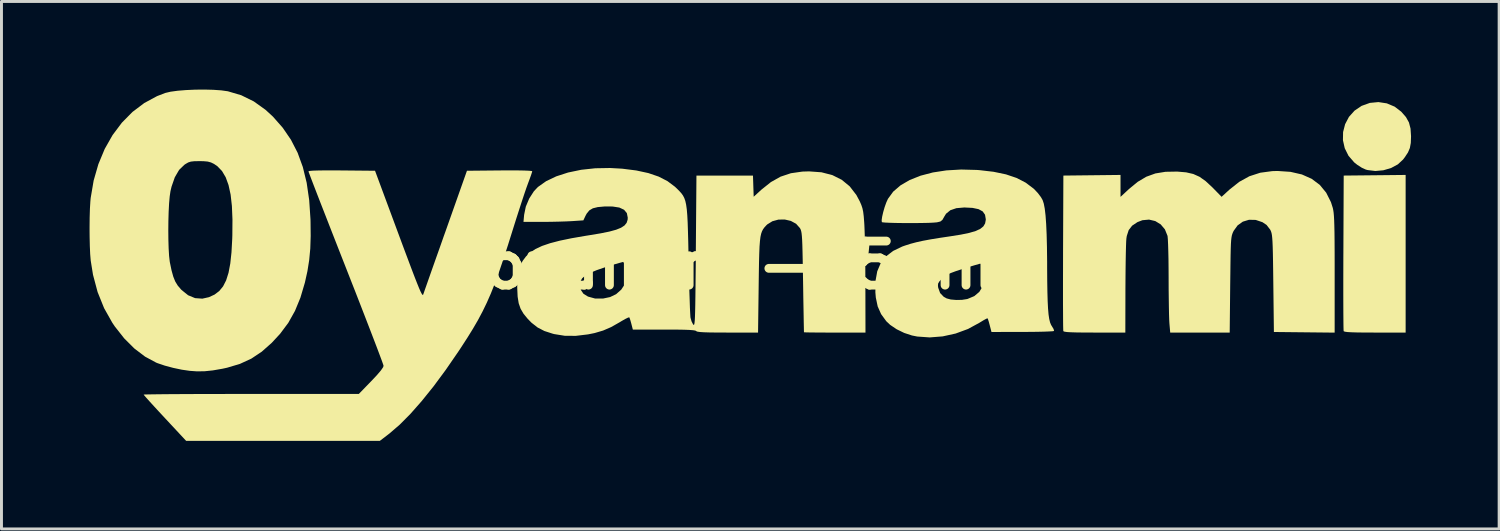
<source format=kicad_pcb>
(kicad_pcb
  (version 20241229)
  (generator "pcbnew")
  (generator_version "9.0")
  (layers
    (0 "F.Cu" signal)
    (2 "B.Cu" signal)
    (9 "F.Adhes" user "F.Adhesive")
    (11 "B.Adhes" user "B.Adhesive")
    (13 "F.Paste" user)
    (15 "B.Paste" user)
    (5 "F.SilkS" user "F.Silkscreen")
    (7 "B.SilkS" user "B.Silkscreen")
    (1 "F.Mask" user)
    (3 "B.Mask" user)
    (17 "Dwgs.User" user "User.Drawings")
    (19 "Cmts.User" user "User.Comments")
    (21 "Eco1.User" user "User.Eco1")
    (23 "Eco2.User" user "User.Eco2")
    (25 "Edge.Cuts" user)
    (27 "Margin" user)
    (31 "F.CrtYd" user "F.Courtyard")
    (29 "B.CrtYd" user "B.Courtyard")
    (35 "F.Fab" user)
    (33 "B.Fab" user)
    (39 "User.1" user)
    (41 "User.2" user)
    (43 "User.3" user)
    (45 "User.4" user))
  (footprint "oyanami-45mm"
    (layer "F.Cu")
    (at 22.489 5.981)
    (property "Reference" "oyanami-45mm" (at 0 0 0) (layer "F.SilkS") (effects (font (size 1.5 1.5) (thickness 0.3))))
    (attr board_only exclude_from_pos_files exclude_from_bom)
    (fp_poly (pts (xy 22.327 -0.39) (xy 22.327 2.294) (xy 21.281 2.294) (xy 20.943 2.293) (xy 20.678 2.29) (xy 20.481 2.284) (xy 20.344 2.276) (xy 20.26 2.264) (xy 20.22 2.249) (xy 20.216 2.243) (xy 20.213 2.194) (xy 20.21 2.07) (xy 20.208 1.879) (xy 20.206 1.626) (xy 20.205 1.32) (xy 20.204 0.967) (xy 20.204 0.574) (xy 20.205 0.149) (xy 20.206 -0.303) (xy 20.207 -0.43) (xy 20.218 -3.052) (xy 21.273 -3.063) (xy 22.327 -3.074)) (stroke (width 0) (type solid)) (fill yes) (layer "F.SilkS"))
    (fp_poly (pts (xy 21.687 -5.511) (xy 21.953 -5.399) (xy 22.177 -5.228) (xy 22.338 -5.044) (xy 22.44 -4.86) (xy 22.494 -4.652) (xy 22.511 -4.393) (xy 22.511 -4.384) (xy 22.503 -4.163) (xy 22.471 -3.991) (xy 22.406 -3.838) (xy 22.295 -3.671) (xy 22.238 -3.597) (xy 22.062 -3.434) (xy 21.832 -3.31) (xy 21.57 -3.233) (xy 21.296 -3.208) (xy 21.032 -3.24) (xy 20.97 -3.257) (xy 20.833 -3.32) (xy 20.678 -3.42) (xy 20.576 -3.501) (xy 20.38 -3.728) (xy 20.253 -3.984) (xy 20.192 -4.257) (xy 20.197 -4.534) (xy 20.266 -4.802) (xy 20.396 -5.05) (xy 20.587 -5.263) (xy 20.828 -5.426) (xy 21.109 -5.527) (xy 21.4 -5.555)) (stroke (width 0) (type solid)) (fill yes) (layer "F.SilkS"))
    (fp_poly (pts (xy -14.075 -3.228) (xy -13.901 -3.227) (xy -12.768 -3.216) (xy -11.966 -1.054) (xy -11.793 -0.588) (xy -11.645 -0.194) (xy -11.522 0.134) (xy -11.42 0.401) (xy -11.337 0.612) (xy -11.272 0.773) (xy -11.222 0.888) (xy -11.184 0.963) (xy -11.158 1.003) (xy -11.14 1.013) (xy -11.128 1) (xy -11.128 0.998) (xy -11.107 0.939) (xy -11.062 0.81) (xy -10.995 0.62) (xy -10.909 0.375) (xy -10.806 0.083) (xy -10.689 -0.248) (xy -10.56 -0.61) (xy -10.424 -0.997) (xy -10.364 -1.164) (xy -9.638 -3.216) (xy -8.527 -3.227) (xy -8.198 -3.229) (xy -7.918 -3.228) (xy -7.692 -3.224) (xy -7.529 -3.217) (xy -7.436 -3.208) (xy -7.415 -3.2) (xy -7.429 -3.147) (xy -7.466 -3.037) (xy -7.521 -2.887) (xy -7.561 -2.779) (xy -7.612 -2.639) (xy -7.682 -2.435) (xy -7.766 -2.181) (xy -7.86 -1.892) (xy -7.96 -1.581) (xy -8.06 -1.263) (xy -8.072 -1.225) (xy -8.246 -0.671) (xy -8.404 -0.186) (xy -8.549 0.241) (xy -8.687 0.619) (xy -8.823 0.961) (xy -8.961 1.275) (xy -9.105 1.572) (xy -9.26 1.864) (xy -9.431 2.159) (xy -9.623 2.469) (xy -9.84 2.804) (xy -9.937 2.95) (xy -10.362 3.567) (xy -10.777 4.128) (xy -11.18 4.628) (xy -11.565 5.065) (xy -11.93 5.432) (xy -12.272 5.727) (xy -12.304 5.752) (xy -12.603 5.981) (xy -15.902 5.981) (xy -19.201 5.981) (xy -19.924 5.205) (xy -20.119 4.995) (xy -20.294 4.805) (xy -20.442 4.643) (xy -20.555 4.517) (xy -20.626 4.435) (xy -20.648 4.406) (xy -20.608 4.403) (xy -20.492 4.4) (xy -20.305 4.397) (xy -20.054 4.394) (xy -19.744 4.391) (xy -19.382 4.389) (xy -18.972 4.387) (xy -18.521 4.386) (xy -18.034 4.385) (xy -17.518 4.384) (xy -16.984 4.384) (xy -13.32 4.384) (xy -12.897 3.948) (xy -12.701 3.74) (xy -12.566 3.581) (xy -12.492 3.472) (xy -12.478 3.426) (xy -12.493 3.375) (xy -12.536 3.254) (xy -12.605 3.069) (xy -12.697 2.824) (xy -12.811 2.526) (xy -12.944 2.18) (xy -13.094 1.792) (xy -13.258 1.369) (xy -13.435 0.914) (xy -13.623 0.436) (xy -13.758 0.091) (xy -13.951 -0.4) (xy -14.135 -0.87) (xy -14.308 -1.312) (xy -14.468 -1.722) (xy -14.613 -2.093) (xy -14.74 -2.42) (xy -14.847 -2.697) (xy -14.932 -2.919) (xy -14.993 -3.08) (xy -15.028 -3.174) (xy -15.035 -3.197) (xy -14.995 -3.21) (xy -14.875 -3.22) (xy -14.68 -3.226) (xy -14.413 -3.229)) (stroke (width 0) (type solid)) (fill yes) (layer "F.SilkS"))
    (fp_poly (pts (xy -18.275 -5.973) (xy -18.003 -5.954) (xy -17.782 -5.923) (xy -17.774 -5.921) (xy -17.324 -5.788) (xy -16.897 -5.578) (xy -16.495 -5.29) (xy -16.243 -5.058) (xy -15.91 -4.679) (xy -15.631 -4.271) (xy -15.404 -3.829) (xy -15.227 -3.343) (xy -15.096 -2.808) (xy -15.01 -2.216) (xy -14.966 -1.56) (xy -14.964 -1.478) (xy -14.959 -0.994) (xy -14.973 -0.567) (xy -15.01 -0.176) (xy -15.07 0.202) (xy -15.156 0.59) (xy -15.157 0.594) (xy -15.309 1.106) (xy -15.494 1.556) (xy -15.721 1.961) (xy -16 2.335) (xy -16.284 2.642) (xy -16.627 2.946) (xy -16.983 3.183) (xy -17.37 3.361) (xy -17.806 3.491) (xy -17.962 3.525) (xy -18.29 3.582) (xy -18.57 3.611) (xy -18.831 3.615) (xy -19.079 3.597) (xy -19.349 3.558) (xy -19.642 3.496) (xy -19.926 3.42) (xy -20.169 3.338) (xy -20.221 3.317) (xy -20.598 3.114) (xy -20.963 2.837) (xy -21.31 2.491) (xy -21.63 2.085) (xy -21.713 1.962) (xy -21.994 1.463) (xy -22.215 0.915) (xy -22.372 0.326) (xy -22.45 -0.16) (xy -22.468 -0.375) (xy -22.48 -0.65) (xy -22.487 -0.963) (xy -22.489 -1.18) (xy -19.808 -1.18) (xy -19.805 -0.862) (xy -19.796 -0.568) (xy -19.781 -0.317) (xy -19.759 -0.126) (xy -19.755 -0.102) (xy -19.698 0.174) (xy -19.639 0.387) (xy -19.572 0.554) (xy -19.488 0.692) (xy -19.38 0.819) (xy -19.356 0.844) (xy -19.133 1.023) (xy -18.896 1.121) (xy -18.649 1.139) (xy -18.425 1.089) (xy -18.234 1.001) (xy -18.074 0.88) (xy -17.943 0.721) (xy -17.838 0.515) (xy -17.757 0.258) (xy -17.697 -0.059) (xy -17.656 -0.441) (xy -17.631 -0.896) (xy -17.627 -1.024) (xy -17.623 -1.557) (xy -17.642 -2.016) (xy -17.686 -2.405) (xy -17.757 -2.73) (xy -17.854 -2.996) (xy -17.98 -3.208) (xy -18.136 -3.37) (xy -18.251 -3.449) (xy -18.354 -3.499) (xy -18.465 -3.529) (xy -18.609 -3.542) (xy -18.749 -3.544) (xy -18.922 -3.541) (xy -19.04 -3.528) (xy -19.13 -3.499) (xy -19.22 -3.447) (xy -19.261 -3.419) (xy -19.44 -3.245) (xy -19.586 -2.995) (xy -19.698 -2.673) (xy -19.734 -2.52) (xy -19.76 -2.344) (xy -19.781 -2.105) (xy -19.796 -1.819) (xy -19.805 -1.505) (xy -19.808 -1.18) (xy -22.489 -1.18) (xy -22.489 -1.293) (xy -22.486 -1.619) (xy -22.477 -1.919) (xy -22.462 -2.171) (xy -22.451 -2.29) (xy -22.35 -2.883) (xy -22.189 -3.441) (xy -21.973 -3.96) (xy -21.705 -4.432) (xy -21.388 -4.854) (xy -21.028 -5.219) (xy -20.627 -5.522) (xy -20.19 -5.758) (xy -19.91 -5.866) (xy -19.731 -5.908) (xy -19.49 -5.941) (xy -19.205 -5.964) (xy -18.894 -5.978) (xy -18.578 -5.981)) (stroke (width 0) (type solid)) (fill yes) (layer "F.SilkS"))
    (fp_poly (pts (xy 18.407 -3.179) (xy 18.795 -3.09) (xy 19.127 -2.942) (xy 19.403 -2.735) (xy 19.622 -2.469) (xy 19.784 -2.147) (xy 19.848 -1.945) (xy 19.862 -1.876) (xy 19.875 -1.789) (xy 19.885 -1.676) (xy 19.893 -1.53) (xy 19.899 -1.344) (xy 19.904 -1.11) (xy 19.907 -0.821) (xy 19.909 -0.471) (xy 19.91 -0.05) (xy 19.91 0.296) (xy 19.91 2.296) (xy 18.876 2.285) (xy 17.841 2.274) (xy 17.821 0.615) (xy 17.816 0.201) (xy 17.811 -0.14) (xy 17.806 -0.414) (xy 17.8 -0.632) (xy 17.793 -0.8) (xy 17.784 -0.927) (xy 17.774 -1.022) (xy 17.761 -1.092) (xy 17.745 -1.145) (xy 17.725 -1.191) (xy 17.716 -1.209) (xy 17.591 -1.371) (xy 17.451 -1.465) (xy 17.222 -1.542) (xy 16.994 -1.547) (xy 16.783 -1.483) (xy 16.604 -1.355) (xy 16.471 -1.17) (xy 16.446 -1.119) (xy 16.426 -1.068) (xy 16.409 -1.012) (xy 16.396 -0.94) (xy 16.385 -0.844) (xy 16.377 -0.717) (xy 16.371 -0.549) (xy 16.366 -0.332) (xy 16.362 -0.058) (xy 16.358 0.282) (xy 16.353 0.663) (xy 16.336 2.294) (xy 15.323 2.294) (xy 14.31 2.294) (xy 14.283 1.981) (xy 14.276 1.859) (xy 14.27 1.669) (xy 14.265 1.424) (xy 14.261 1.138) (xy 14.257 0.824) (xy 14.256 0.495) (xy 14.256 0.414) (xy 14.254 0.093) (xy 14.251 -0.208) (xy 14.245 -0.478) (xy 14.238 -0.704) (xy 14.23 -0.876) (xy 14.221 -0.982) (xy 14.218 -1.001) (xy 14.129 -1.221) (xy 13.985 -1.391) (xy 13.801 -1.503) (xy 13.589 -1.553) (xy 13.363 -1.532) (xy 13.194 -1.467) (xy 13.013 -1.346) (xy 12.896 -1.194) (xy 12.831 -0.994) (xy 12.818 -0.911) (xy 12.811 -0.816) (xy 12.805 -0.649) (xy 12.799 -0.423) (xy 12.794 -0.149) (xy 12.79 0.163) (xy 12.787 0.502) (xy 12.785 0.809) (xy 12.782 2.294) (xy 11.736 2.294) (xy 11.397 2.293) (xy 11.133 2.29) (xy 10.936 2.284) (xy 10.799 2.276) (xy 10.714 2.264) (xy 10.675 2.249) (xy 10.67 2.243) (xy 10.667 2.194) (xy 10.664 2.07) (xy 10.662 1.879) (xy 10.661 1.626) (xy 10.659 1.32) (xy 10.659 0.967) (xy 10.659 0.574) (xy 10.66 0.149) (xy 10.661 -0.303) (xy 10.661 -0.43) (xy 10.672 -3.052) (xy 11.645 -3.063) (xy 12.618 -3.074) (xy 12.618 -2.701) (xy 12.618 -2.327) (xy 12.908 -2.596) (xy 13.203 -2.839) (xy 13.496 -3.013) (xy 13.806 -3.125) (xy 14.149 -3.181) (xy 14.544 -3.188) (xy 14.561 -3.187) (xy 14.852 -3.162) (xy 15.094 -3.107) (xy 15.308 -3.011) (xy 15.516 -2.864) (xy 15.739 -2.657) (xy 15.763 -2.633) (xy 16.06 -2.329) (xy 16.325 -2.572) (xy 16.66 -2.838) (xy 17.006 -3.029) (xy 17.376 -3.149) (xy 17.786 -3.204) (xy 17.964 -3.209)) (stroke (width 0) (type solid)) (fill yes) (layer "F.SilkS"))
    (fp_poly (pts (xy 7.72 -3.244) (xy 7.807 -3.238) (xy 8.297 -3.181) (xy 8.718 -3.093) (xy 9.079 -2.971) (xy 9.387 -2.812) (xy 9.652 -2.613) (xy 9.68 -2.588) (xy 9.801 -2.459) (xy 9.908 -2.318) (xy 9.965 -2.218) (xy 10.005 -2.097) (xy 10.038 -1.924) (xy 10.065 -1.694) (xy 10.086 -1.403) (xy 10.102 -1.046) (xy 10.113 -0.617) (xy 10.119 -0.113) (xy 10.119 0.082) (xy 10.122 0.535) (xy 10.128 0.913) (xy 10.137 1.224) (xy 10.15 1.476) (xy 10.167 1.675) (xy 10.19 1.829) (xy 10.218 1.946) (xy 10.253 2.032) (xy 10.283 2.081) (xy 10.337 2.17) (xy 10.354 2.231) (xy 10.35 2.241) (xy 10.303 2.249) (xy 10.184 2.256) (xy 10.007 2.263) (xy 9.781 2.268) (xy 9.519 2.271) (xy 9.272 2.272) (xy 8.224 2.274) (xy 8.166 2.051) (xy 8.132 1.925) (xy 8.104 1.837) (xy 8.091 1.809) (xy 8.051 1.821) (xy 7.961 1.87) (xy 7.839 1.944) (xy 7.813 1.96) (xy 7.426 2.171) (xy 7.003 2.327) (xy 6.562 2.424) (xy 6.12 2.459) (xy 5.696 2.429) (xy 5.516 2.393) (xy 5.251 2.306) (xy 4.995 2.181) (xy 4.774 2.032) (xy 4.642 1.908) (xy 4.465 1.665) (xy 4.349 1.404) (xy 4.285 1.101) (xy 4.27 0.925) (xy 4.272 0.705) (xy 6.401 0.705) (xy 6.41 0.768) (xy 6.475 0.948) (xy 6.597 1.075) (xy 6.698 1.131) (xy 6.838 1.168) (xy 7.024 1.184) (xy 7.22 1.18) (xy 7.392 1.153) (xy 7.411 1.148) (xy 7.639 1.052) (xy 7.81 0.908) (xy 7.929 0.709) (xy 7.999 0.45) (xy 8.02 0.256) (xy 8.042 -0.095) (xy 7.903 -0.068) (xy 7.812 -0.045) (xy 7.663 -0.003) (xy 7.474 0.054) (xy 7.267 0.118) (xy 7.231 0.13) (xy 7.003 0.205) (xy 6.837 0.267) (xy 6.717 0.323) (xy 6.626 0.381) (xy 6.547 0.45) (xy 6.54 0.457) (xy 6.448 0.554) (xy 6.406 0.627) (xy 6.401 0.705) (xy 4.272 0.705) (xy 4.274 0.537) (xy 4.334 0.207) (xy 4.451 -0.07) (xy 4.63 -0.299) (xy 4.874 -0.486) (xy 5.186 -0.636) (xy 5.282 -0.67) (xy 5.467 -0.729) (xy 5.662 -0.781) (xy 5.882 -0.83) (xy 6.14 -0.878) (xy 6.452 -0.929) (xy 6.82 -0.984) (xy 7.18 -1.041) (xy 7.465 -1.1) (xy 7.684 -1.164) (xy 7.842 -1.237) (xy 7.947 -1.322) (xy 8.007 -1.423) (xy 8.029 -1.543) (xy 8.03 -1.566) (xy 8.004 -1.719) (xy 7.924 -1.832) (xy 7.783 -1.909) (xy 7.576 -1.952) (xy 7.298 -1.966) (xy 7.297 -1.966) (xy 7.028 -1.942) (xy 6.823 -1.872) (xy 6.677 -1.753) (xy 6.612 -1.648) (xy 6.552 -1.542) (xy 6.483 -1.488) (xy 6.371 -1.461) (xy 6.355 -1.459) (xy 6.247 -1.45) (xy 6.084 -1.442) (xy 5.881 -1.438) (xy 5.651 -1.435) (xy 5.409 -1.434) (xy 5.169 -1.436) (xy 4.945 -1.439) (xy 4.751 -1.445) (xy 4.602 -1.452) (xy 4.511 -1.461) (xy 4.49 -1.468) (xy 4.484 -1.535) (xy 4.502 -1.657) (xy 4.538 -1.813) (xy 4.586 -1.98) (xy 4.642 -2.136) (xy 4.698 -2.259) (xy 4.877 -2.505) (xy 5.126 -2.719) (xy 5.438 -2.901) (xy 5.808 -3.048) (xy 6.227 -3.158) (xy 6.69 -3.229) (xy 7.19 -3.258)) (stroke (width 0) (type solid)) (fill yes) (layer "F.SilkS"))
    (fp_poly (pts (xy -4.353 -3.287) (xy -3.871 -3.226) (xy -3.46 -3.137) (xy -3.109 -3.017) (xy -2.811 -2.864) (xy -2.556 -2.673) (xy -2.479 -2.6) (xy -2.402 -2.522) (xy -2.336 -2.449) (xy -2.282 -2.374) (xy -2.238 -2.29) (xy -2.202 -2.188) (xy -2.174 -2.061) (xy -2.152 -1.902) (xy -2.135 -1.702) (xy -2.122 -1.454) (xy -2.112 -1.151) (xy -2.102 -0.784) (xy -2.093 -0.345) (xy -2.089 -0.156) (xy -2.081 0.225) (xy -2.072 0.586) (xy -2.063 0.917) (xy -2.053 1.208) (xy -2.045 1.451) (xy -2.036 1.637) (xy -2.029 1.755) (xy -2.025 1.79) (xy -1.989 1.914) (xy -1.938 2.013) (xy -1.931 2.022) (xy -1.917 2.033) (xy -1.905 2.028) (xy -1.895 2.003) (xy -1.887 1.95) (xy -1.879 1.866) (xy -1.873 1.743) (xy -1.868 1.576) (xy -1.863 1.359) (xy -1.859 1.087) (xy -1.855 0.755) (xy -1.851 0.355) (xy -1.846 -0.117) (xy -1.844 -0.477) (xy -1.823 -3.052) (xy -0.86 -3.052) (xy 0.102 -3.052) (xy 0.114 -2.691) (xy 0.126 -2.331) (xy 0.39 -2.573) (xy 0.712 -2.83) (xy 1.041 -3.015) (xy 1.393 -3.132) (xy 1.785 -3.188) (xy 2.012 -3.195) (xy 2.435 -3.164) (xy 2.806 -3.068) (xy 3.127 -2.907) (xy 3.399 -2.682) (xy 3.623 -2.391) (xy 3.74 -2.171) (xy 3.792 -2.051) (xy 3.829 -1.94) (xy 3.855 -1.817) (xy 3.874 -1.662) (xy 3.89 -1.454) (xy 3.896 -1.352) (xy 3.903 -1.18) (xy 3.911 -0.94) (xy 3.917 -0.645) (xy 3.922 -0.31) (xy 3.927 0.053) (xy 3.929 0.428) (xy 3.93 0.748) (xy 3.933 2.294) (xy 2.888 2.294) (xy 2.605 2.294) (xy 2.351 2.293) (xy 2.136 2.291) (xy 1.972 2.289) (xy 1.869 2.286) (xy 1.839 2.284) (xy 1.837 2.242) (xy 1.835 2.127) (xy 1.831 1.947) (xy 1.827 1.711) (xy 1.822 1.427) (xy 1.816 1.105) (xy 1.811 0.751) (xy 1.808 0.574) (xy 1.801 0.154) (xy 1.795 -0.192) (xy 1.789 -0.471) (xy 1.783 -0.693) (xy 1.776 -0.864) (xy 1.767 -0.994) (xy 1.757 -1.089) (xy 1.744 -1.157) (xy 1.729 -1.208) (xy 1.71 -1.248) (xy 1.7 -1.265) (xy 1.57 -1.411) (xy 1.392 -1.508) (xy 1.185 -1.556) (xy 0.969 -1.553) (xy 0.763 -1.497) (xy 0.587 -1.388) (xy 0.545 -1.346) (xy 0.49 -1.285) (xy 0.445 -1.223) (xy 0.409 -1.154) (xy 0.379 -1.068) (xy 0.356 -0.958) (xy 0.339 -0.816) (xy 0.325 -0.633) (xy 0.316 -0.401) (xy 0.308 -0.112) (xy 0.302 0.242) (xy 0.296 0.67) (xy 0.296 0.686) (xy 0.275 2.294) (xy -0.762 2.294) (xy -1.102 2.293) (xy -1.367 2.29) (xy -1.565 2.284) (xy -1.703 2.275) (xy -1.788 2.263) (xy -1.828 2.247) (xy -1.831 2.243) (xy -1.863 2.226) (xy -1.938 2.214) (xy -2.063 2.204) (xy -2.247 2.197) (xy -2.497 2.193) (xy -2.819 2.192) (xy -2.927 2.192) (xy -3.989 2.192) (xy -4.04 1.994) (xy -4.073 1.875) (xy -4.101 1.794) (xy -4.111 1.774) (xy -4.153 1.785) (xy -4.247 1.831) (xy -4.375 1.904) (xy -4.432 1.939) (xy -4.726 2.106) (xy -5.001 2.225) (xy -5.293 2.311) (xy -5.517 2.356) (xy -5.933 2.406) (xy -6.309 2.403) (xy -6.664 2.346) (xy -6.715 2.333) (xy -7 2.241) (xy -7.232 2.121) (xy -7.44 1.958) (xy -7.57 1.825) (xy -7.711 1.653) (xy -7.811 1.483) (xy -7.876 1.296) (xy -7.912 1.072) (xy -7.925 0.792) (xy -7.926 0.696) (xy -7.925 0.665) (xy -5.789 0.665) (xy -5.789 0.666) (xy -5.759 0.843) (xy -5.672 0.971) (xy -5.517 1.068) (xy -5.274 1.135) (xy -4.997 1.134) (xy -4.764 1.085) (xy -4.559 0.987) (xy -4.383 0.831) (xy -4.258 0.64) (xy -4.223 0.546) (xy -4.199 0.417) (xy -4.183 0.249) (xy -4.179 0.133) (xy -4.182 -0.008) (xy -4.194 -0.086) (xy -4.222 -0.118) (xy -4.257 -0.123) (xy -4.322 -0.111) (xy -4.449 -0.077) (xy -4.622 -0.027) (xy -4.825 0.035) (xy -4.916 0.064) (xy -5.218 0.168) (xy -5.447 0.263) (xy -5.611 0.355) (xy -5.717 0.449) (xy -5.774 0.551) (xy -5.789 0.665) (xy -7.925 0.665) (xy -7.923 0.474) (xy -7.912 0.312) (xy -7.892 0.19) (xy -7.86 0.086) (xy -7.838 0.036) (xy -7.743 -0.144) (xy -7.627 -0.299) (xy -7.482 -0.434) (xy -7.303 -0.552) (xy -7.08 -0.656) (xy -6.807 -0.749) (xy -6.477 -0.835) (xy -6.082 -0.917) (xy -5.614 -0.998) (xy -5.457 -1.023) (xy -5.085 -1.085) (xy -4.789 -1.145) (xy -4.559 -1.208) (xy -4.39 -1.276) (xy -4.273 -1.353) (xy -4.201 -1.442) (xy -4.167 -1.547) (xy -4.162 -1.618) (xy -4.193 -1.774) (xy -4.288 -1.888) (xy -4.448 -1.963) (xy -4.678 -1.999) (xy -4.952 -2) (xy -5.183 -1.979) (xy -5.35 -1.938) (xy -5.469 -1.868) (xy -5.558 -1.761) (xy -5.601 -1.682) (xy -5.674 -1.527) (xy -6.063 -1.501) (xy -6.251 -1.492) (xy -6.493 -1.484) (xy -6.76 -1.478) (xy -7.024 -1.475) (xy -7.083 -1.475) (xy -7.713 -1.475) (xy -7.691 -1.716) (xy -7.634 -1.994) (xy -7.518 -2.27) (xy -7.36 -2.516) (xy -7.223 -2.662) (xy -6.942 -2.861) (xy -6.596 -3.026) (xy -6.195 -3.156) (xy -5.749 -3.249) (xy -5.269 -3.301) (xy -4.764 -3.31)) (stroke (width 0) (type solid)) (fill yes) (layer "F.SilkS")))
  (gr_rect
    (start -3 -3)
    (end 48 14.962)
    (stroke (width 0.1) (type default))
    (fill no)
    (layer "Edge.Cuts")))
</source>
